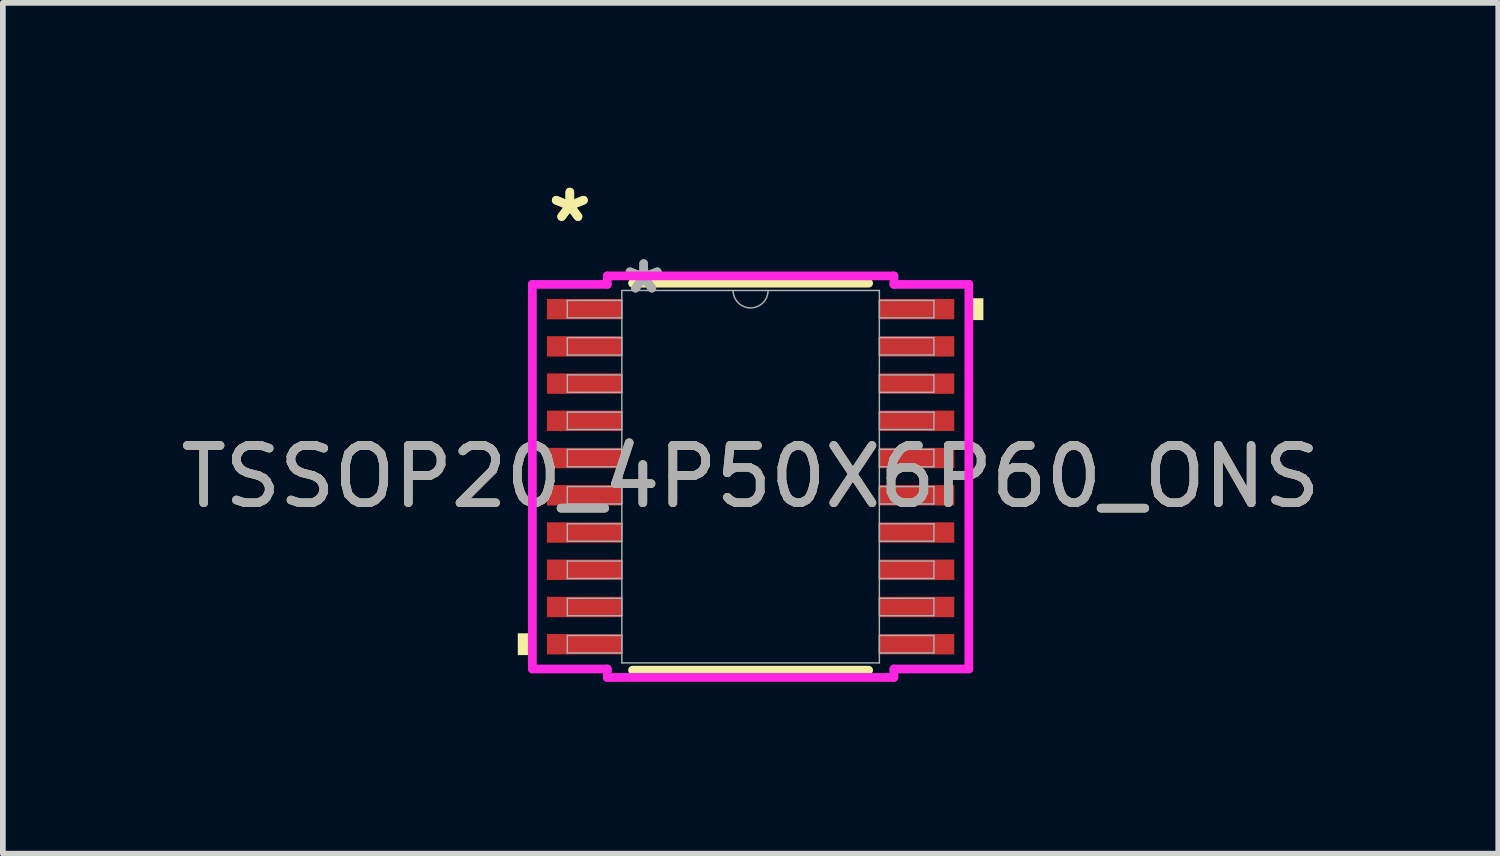
<source format=kicad_pcb>
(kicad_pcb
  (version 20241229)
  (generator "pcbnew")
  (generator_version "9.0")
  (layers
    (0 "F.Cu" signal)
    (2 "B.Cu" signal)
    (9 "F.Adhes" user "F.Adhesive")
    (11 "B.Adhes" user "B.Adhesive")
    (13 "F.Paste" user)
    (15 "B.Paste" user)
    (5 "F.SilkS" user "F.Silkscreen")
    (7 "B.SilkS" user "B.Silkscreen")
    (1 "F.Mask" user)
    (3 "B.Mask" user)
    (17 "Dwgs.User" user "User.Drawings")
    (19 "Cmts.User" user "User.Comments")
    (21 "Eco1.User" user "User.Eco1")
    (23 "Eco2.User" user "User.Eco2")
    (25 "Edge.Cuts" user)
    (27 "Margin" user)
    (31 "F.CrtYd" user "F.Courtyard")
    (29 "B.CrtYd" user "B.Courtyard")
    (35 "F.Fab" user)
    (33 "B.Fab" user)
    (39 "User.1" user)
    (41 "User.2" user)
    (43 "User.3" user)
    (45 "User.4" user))
  (footprint "TSSOP20_4P50X6P60_ONS"
    (layer "F.Cu")
    (at 10.054 5.272)
    (property "Reference" "TSSOP20_4P50X6P60_ONS" (at 0 0 0) (unlocked yes) (layer "F.SilkS") (effects (font (size 1 1) (thickness 0.15))))
    (attr smd)
    (fp_line (start -2.061 3.378) (end 2.061 3.378) (stroke (width 0.152) (type solid)) (layer "F.SilkS"))
    (fp_line (start 2.061 -3.378) (end -2.061 -3.378) (stroke (width 0.152) (type solid)) (layer "F.SilkS"))
    (fp_poly (pts (xy -4.064 2.734) (xy -4.064 3.115) (xy -3.81 3.115) (xy -3.81 2.734)) (stroke (width 0) (type solid)) (fill yes) (layer "F.SilkS"))
    (fp_poly (pts (xy 4.064 -3.115) (xy 4.064 -2.734) (xy 3.81 -2.734) (xy 3.81 -3.115)) (stroke (width 0) (type solid)) (fill yes) (layer "F.SilkS"))
    (fp_line (start -3.81 -3.357) (end -2.502 -3.357) (stroke (width 0.152) (type solid)) (layer "F.CrtYd"))
    (fp_line (start -3.81 3.357) (end -3.81 -3.357) (stroke (width 0.152) (type solid)) (layer "F.CrtYd"))
    (fp_line (start -3.81 3.357) (end -2.502 3.357) (stroke (width 0.152) (type solid)) (layer "F.CrtYd"))
    (fp_line (start -2.502 -3.505) (end 2.502 -3.505) (stroke (width 0.152) (type solid)) (layer "F.CrtYd"))
    (fp_line (start -2.502 -3.357) (end -2.502 -3.505) (stroke (width 0.152) (type solid)) (layer "F.CrtYd"))
    (fp_line (start -2.502 3.505) (end -2.502 3.357) (stroke (width 0.152) (type solid)) (layer "F.CrtYd"))
    (fp_line (start 2.502 -3.505) (end 2.502 -3.357) (stroke (width 0.152) (type solid)) (layer "F.CrtYd"))
    (fp_line (start 2.502 3.357) (end 2.502 3.505) (stroke (width 0.152) (type solid)) (layer "F.CrtYd"))
    (fp_line (start 2.502 3.505) (end -2.502 3.505) (stroke (width 0.152) (type solid)) (layer "F.CrtYd"))
    (fp_line (start 3.81 -3.357) (end 2.502 -3.357) (stroke (width 0.152) (type solid)) (layer "F.CrtYd"))
    (fp_line (start 3.81 -3.357) (end 3.81 3.357) (stroke (width 0.152) (type solid)) (layer "F.CrtYd"))
    (fp_line (start 3.81 3.357) (end 2.502 3.357) (stroke (width 0.152) (type solid)) (layer "F.CrtYd"))
    (fp_line (start -3.2 -3.077) (end -3.2 -2.773) (stroke (width 0.025) (type solid)) (layer "F.Fab"))
    (fp_line (start -3.2 -2.773) (end -2.248 -2.773) (stroke (width 0.025) (type solid)) (layer "F.Fab"))
    (fp_line (start -3.2 -2.427) (end -3.2 -2.123) (stroke (width 0.025) (type solid)) (layer "F.Fab"))
    (fp_line (start -3.2 -2.123) (end -2.248 -2.123) (stroke (width 0.025) (type solid)) (layer "F.Fab"))
    (fp_line (start -3.2 -1.777) (end -3.2 -1.473) (stroke (width 0.025) (type solid)) (layer "F.Fab"))
    (fp_line (start -3.2 -1.473) (end -2.248 -1.473) (stroke (width 0.025) (type solid)) (layer "F.Fab"))
    (fp_line (start -3.2 -1.127) (end -3.2 -0.823) (stroke (width 0.025) (type solid)) (layer "F.Fab"))
    (fp_line (start -3.2 -0.823) (end -2.248 -0.823) (stroke (width 0.025) (type solid)) (layer "F.Fab"))
    (fp_line (start -3.2 -0.477) (end -3.2 -0.173) (stroke (width 0.025) (type solid)) (layer "F.Fab"))
    (fp_line (start -3.2 -0.173) (end -2.248 -0.173) (stroke (width 0.025) (type solid)) (layer "F.Fab"))
    (fp_line (start -3.2 0.173) (end -3.2 0.477) (stroke (width 0.025) (type solid)) (layer "F.Fab"))
    (fp_line (start -3.2 0.477) (end -2.248 0.477) (stroke (width 0.025) (type solid)) (layer "F.Fab"))
    (fp_line (start -3.2 0.823) (end -3.2 1.127) (stroke (width 0.025) (type solid)) (layer "F.Fab"))
    (fp_line (start -3.2 1.127) (end -2.248 1.127) (stroke (width 0.025) (type solid)) (layer "F.Fab"))
    (fp_line (start -3.2 1.473) (end -3.2 1.777) (stroke (width 0.025) (type solid)) (layer "F.Fab"))
    (fp_line (start -3.2 1.777) (end -2.248 1.777) (stroke (width 0.025) (type solid)) (layer "F.Fab"))
    (fp_line (start -3.2 2.123) (end -3.2 2.427) (stroke (width 0.025) (type solid)) (layer "F.Fab"))
    (fp_line (start -3.2 2.427) (end -2.248 2.427) (stroke (width 0.025) (type solid)) (layer "F.Fab"))
    (fp_line (start -3.2 2.773) (end -3.2 3.077) (stroke (width 0.025) (type solid)) (layer "F.Fab"))
    (fp_line (start -3.2 3.077) (end -2.248 3.077) (stroke (width 0.025) (type solid)) (layer "F.Fab"))
    (fp_line (start -2.248 -3.251) (end -2.248 3.251) (stroke (width 0.025) (type solid)) (layer "F.Fab"))
    (fp_line (start -2.248 -3.077) (end -3.2 -3.077) (stroke (width 0.025) (type solid)) (layer "F.Fab"))
    (fp_line (start -2.248 -2.773) (end -2.248 -3.077) (stroke (width 0.025) (type solid)) (layer "F.Fab"))
    (fp_line (start -2.248 -2.427) (end -3.2 -2.427) (stroke (width 0.025) (type solid)) (layer "F.Fab"))
    (fp_line (start -2.248 -2.123) (end -2.248 -2.427) (stroke (width 0.025) (type solid)) (layer "F.Fab"))
    (fp_line (start -2.248 -1.777) (end -3.2 -1.777) (stroke (width 0.025) (type solid)) (layer "F.Fab"))
    (fp_line (start -2.248 -1.473) (end -2.248 -1.777) (stroke (width 0.025) (type solid)) (layer "F.Fab"))
    (fp_line (start -2.248 -1.127) (end -3.2 -1.127) (stroke (width 0.025) (type solid)) (layer "F.Fab"))
    (fp_line (start -2.248 -0.823) (end -2.248 -1.127) (stroke (width 0.025) (type solid)) (layer "F.Fab"))
    (fp_line (start -2.248 -0.477) (end -3.2 -0.477) (stroke (width 0.025) (type solid)) (layer "F.Fab"))
    (fp_line (start -2.248 -0.173) (end -2.248 -0.477) (stroke (width 0.025) (type solid)) (layer "F.Fab"))
    (fp_line (start -2.248 0.173) (end -3.2 0.173) (stroke (width 0.025) (type solid)) (layer "F.Fab"))
    (fp_line (start -2.248 0.477) (end -2.248 0.173) (stroke (width 0.025) (type solid)) (layer "F.Fab"))
    (fp_line (start -2.248 0.823) (end -3.2 0.823) (stroke (width 0.025) (type solid)) (layer "F.Fab"))
    (fp_line (start -2.248 1.127) (end -2.248 0.823) (stroke (width 0.025) (type solid)) (layer "F.Fab"))
    (fp_line (start -2.248 1.473) (end -3.2 1.473) (stroke (width 0.025) (type solid)) (layer "F.Fab"))
    (fp_line (start -2.248 1.777) (end -2.248 1.473) (stroke (width 0.025) (type solid)) (layer "F.Fab"))
    (fp_line (start -2.248 2.123) (end -3.2 2.123) (stroke (width 0.025) (type solid)) (layer "F.Fab"))
    (fp_line (start -2.248 2.427) (end -2.248 2.123) (stroke (width 0.025) (type solid)) (layer "F.Fab"))
    (fp_line (start -2.248 2.773) (end -3.2 2.773) (stroke (width 0.025) (type solid)) (layer "F.Fab"))
    (fp_line (start -2.248 3.077) (end -2.248 2.773) (stroke (width 0.025) (type solid)) (layer "F.Fab"))
    (fp_line (start -2.248 3.251) (end 2.248 3.251) (stroke (width 0.025) (type solid)) (layer "F.Fab"))
    (fp_line (start 2.248 -3.251) (end -2.248 -3.251) (stroke (width 0.025) (type solid)) (layer "F.Fab"))
    (fp_line (start 2.248 -3.077) (end 2.248 -2.773) (stroke (width 0.025) (type solid)) (layer "F.Fab"))
    (fp_line (start 2.248 -2.773) (end 3.2 -2.773) (stroke (width 0.025) (type solid)) (layer "F.Fab"))
    (fp_line (start 2.248 -2.427) (end 2.248 -2.123) (stroke (width 0.025) (type solid)) (layer "F.Fab"))
    (fp_line (start 2.248 -2.123) (end 3.2 -2.123) (stroke (width 0.025) (type solid)) (layer "F.Fab"))
    (fp_line (start 2.248 -1.777) (end 2.248 -1.473) (stroke (width 0.025) (type solid)) (layer "F.Fab"))
    (fp_line (start 2.248 -1.473) (end 3.2 -1.473) (stroke (width 0.025) (type solid)) (layer "F.Fab"))
    (fp_line (start 2.248 -1.127) (end 2.248 -0.823) (stroke (width 0.025) (type solid)) (layer "F.Fab"))
    (fp_line (start 2.248 -0.823) (end 3.2 -0.823) (stroke (width 0.025) (type solid)) (layer "F.Fab"))
    (fp_line (start 2.248 -0.477) (end 2.248 -0.173) (stroke (width 0.025) (type solid)) (layer "F.Fab"))
    (fp_line (start 2.248 -0.173) (end 3.2 -0.173) (stroke (width 0.025) (type solid)) (layer "F.Fab"))
    (fp_line (start 2.248 0.173) (end 2.248 0.477) (stroke (width 0.025) (type solid)) (layer "F.Fab"))
    (fp_line (start 2.248 0.477) (end 3.2 0.477) (stroke (width 0.025) (type solid)) (layer "F.Fab"))
    (fp_line (start 2.248 0.823) (end 2.248 1.127) (stroke (width 0.025) (type solid)) (layer "F.Fab"))
    (fp_line (start 2.248 1.127) (end 3.2 1.127) (stroke (width 0.025) (type solid)) (layer "F.Fab"))
    (fp_line (start 2.248 1.473) (end 2.248 1.777) (stroke (width 0.025) (type solid)) (layer "F.Fab"))
    (fp_line (start 2.248 1.777) (end 3.2 1.777) (stroke (width 0.025) (type solid)) (layer "F.Fab"))
    (fp_line (start 2.248 2.123) (end 2.248 2.427) (stroke (width 0.025) (type solid)) (layer "F.Fab"))
    (fp_line (start 2.248 2.427) (end 3.2 2.427) (stroke (width 0.025) (type solid)) (layer "F.Fab"))
    (fp_line (start 2.248 2.773) (end 2.248 3.077) (stroke (width 0.025) (type solid)) (layer "F.Fab"))
    (fp_line (start 2.248 3.077) (end 3.2 3.077) (stroke (width 0.025) (type solid)) (layer "F.Fab"))
    (fp_line (start 2.248 3.251) (end 2.248 -3.251) (stroke (width 0.025) (type solid)) (layer "F.Fab"))
    (fp_line (start 3.2 -3.077) (end 2.248 -3.077) (stroke (width 0.025) (type solid)) (layer "F.Fab"))
    (fp_line (start 3.2 -2.773) (end 3.2 -3.077) (stroke (width 0.025) (type solid)) (layer "F.Fab"))
    (fp_line (start 3.2 -2.427) (end 2.248 -2.427) (stroke (width 0.025) (type solid)) (layer "F.Fab"))
    (fp_line (start 3.2 -2.123) (end 3.2 -2.427) (stroke (width 0.025) (type solid)) (layer "F.Fab"))
    (fp_line (start 3.2 -1.777) (end 2.248 -1.777) (stroke (width 0.025) (type solid)) (layer "F.Fab"))
    (fp_line (start 3.2 -1.473) (end 3.2 -1.777) (stroke (width 0.025) (type solid)) (layer "F.Fab"))
    (fp_line (start 3.2 -1.127) (end 2.248 -1.127) (stroke (width 0.025) (type solid)) (layer "F.Fab"))
    (fp_line (start 3.2 -0.823) (end 3.2 -1.127) (stroke (width 0.025) (type solid)) (layer "F.Fab"))
    (fp_line (start 3.2 -0.477) (end 2.248 -0.477) (stroke (width 0.025) (type solid)) (layer "F.Fab"))
    (fp_line (start 3.2 -0.173) (end 3.2 -0.477) (stroke (width 0.025) (type solid)) (layer "F.Fab"))
    (fp_line (start 3.2 0.173) (end 2.248 0.173) (stroke (width 0.025) (type solid)) (layer "F.Fab"))
    (fp_line (start 3.2 0.477) (end 3.2 0.173) (stroke (width 0.025) (type solid)) (layer "F.Fab"))
    (fp_line (start 3.2 0.823) (end 2.248 0.823) (stroke (width 0.025) (type solid)) (layer "F.Fab"))
    (fp_line (start 3.2 1.127) (end 3.2 0.823) (stroke (width 0.025) (type solid)) (layer "F.Fab"))
    (fp_line (start 3.2 1.473) (end 2.248 1.473) (stroke (width 0.025) (type solid)) (layer "F.Fab"))
    (fp_line (start 3.2 1.777) (end 3.2 1.473) (stroke (width 0.025) (type solid)) (layer "F.Fab"))
    (fp_line (start 3.2 2.123) (end 2.248 2.123) (stroke (width 0.025) (type solid)) (layer "F.Fab"))
    (fp_line (start 3.2 2.427) (end 3.2 2.123) (stroke (width 0.025) (type solid)) (layer "F.Fab"))
    (fp_line (start 3.2 2.773) (end 2.248 2.773) (stroke (width 0.025) (type solid)) (layer "F.Fab"))
    (fp_line (start 3.2 3.077) (end 3.2 2.773) (stroke (width 0.025) (type solid)) (layer "F.Fab"))
    (fp_arc (start 0.3048 -3.2512) (mid 0 -2.9464) (end -0.3048 -3.2512) (stroke (width 0.0254) (type solid)) (layer "F.Fab"))
    (fp_text user "*" (at -3.156 -4.424 0) (layer "F.SilkS") (effects (font (size 1 1) (thickness 0.15))))
    (fp_text user "*" (at -3.156 -4.424 0) (unlocked yes) (layer "F.SilkS") (effects (font (size 1 1) (thickness 0.15))))
    (fp_text user "*" (at -1.867 -3.175 0) (unlocked yes) (layer "F.Fab") (effects (font (size 1 1) (thickness 0.15))))
    (fp_text user "${REFERENCE}" (at 0 0 0) (unlocked yes) (layer "F.Fab") (effects (font (size 1 1) (thickness 0.15))))
    (fp_text user "*" (at -1.867 -3.175 0) (layer "F.Fab") (effects (font (size 1 1) (thickness 0.15))))
    (pad "1" smd rect (at -2.902 -2.925) (size 1.308 0.356) (layers "F.Cu" "F.Mask" "F.Paste"))
    (pad "2" smd rect (at -2.902 -2.275) (size 1.308 0.356) (layers "F.Cu" "F.Mask" "F.Paste"))
    (pad "3" smd rect (at -2.902 -1.625) (size 1.308 0.356) (layers "F.Cu" "F.Mask" "F.Paste"))
    (pad "4" smd rect (at -2.902 -0.975) (size 1.308 0.356) (layers "F.Cu" "F.Mask" "F.Paste"))
    (pad "5" smd rect (at -2.902 -0.325) (size 1.308 0.356) (layers "F.Cu" "F.Mask" "F.Paste"))
    (pad "6" smd rect (at -2.902 0.325) (size 1.308 0.356) (layers "F.Cu" "F.Mask" "F.Paste"))
    (pad "7" smd rect (at -2.902 0.975) (size 1.308 0.356) (layers "F.Cu" "F.Mask" "F.Paste"))
    (pad "8" smd rect (at -2.902 1.625) (size 1.308 0.356) (layers "F.Cu" "F.Mask" "F.Paste"))
    (pad "9" smd rect (at -2.902 2.275) (size 1.308 0.356) (layers "F.Cu" "F.Mask" "F.Paste"))
    (pad "10" smd rect (at -2.902 2.925) (size 1.308 0.356) (layers "F.Cu" "F.Mask" "F.Paste"))
    (pad "11" smd rect (at 2.902 2.925) (size 1.308 0.356) (layers "F.Cu" "F.Mask" "F.Paste"))
    (pad "12" smd rect (at 2.902 2.275) (size 1.308 0.356) (layers "F.Cu" "F.Mask" "F.Paste"))
    (pad "13" smd rect (at 2.902 1.625) (size 1.308 0.356) (layers "F.Cu" "F.Mask" "F.Paste"))
    (pad "14" smd rect (at 2.902 0.975) (size 1.308 0.356) (layers "F.Cu" "F.Mask" "F.Paste"))
    (pad "15" smd rect (at 2.902 0.325) (size 1.308 0.356) (layers "F.Cu" "F.Mask" "F.Paste"))
    (pad "16" smd rect (at 2.902 -0.325) (size 1.308 0.356) (layers "F.Cu" "F.Mask" "F.Paste"))
    (pad "17" smd rect (at 2.902 -0.975) (size 1.308 0.356) (layers "F.Cu" "F.Mask" "F.Paste"))
    (pad "18" smd rect (at 2.902 -1.625) (size 1.308 0.356) (layers "F.Cu" "F.Mask" "F.Paste"))
    (pad "19" smd rect (at 2.902 -2.275) (size 1.308 0.356) (layers "F.Cu" "F.Mask" "F.Paste"))
    (pad "20" smd rect (at 2.902 -2.925) (size 1.308 0.356) (layers "F.Cu" "F.Mask" "F.Paste")))
  (gr_rect
    (start -3 -3)
    (end 23.107 11.853)
    (stroke (width 0.1) (type default))
    (fill no)
    (layer "Edge.Cuts")))
</source>
